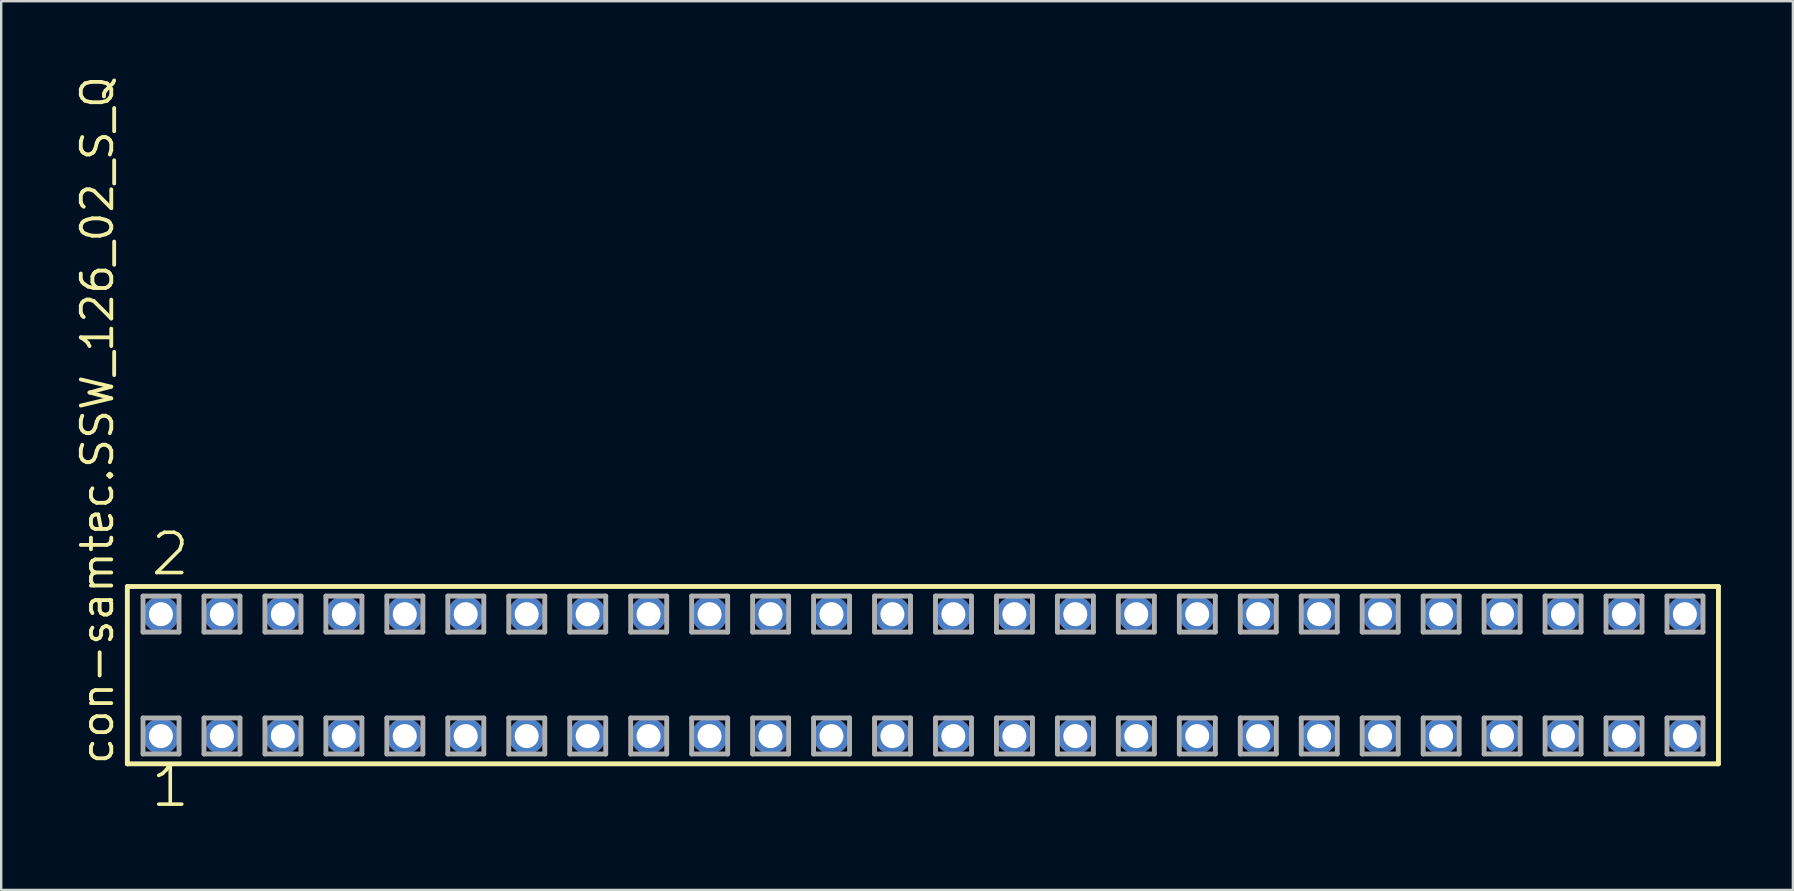
<source format=kicad_pcb>
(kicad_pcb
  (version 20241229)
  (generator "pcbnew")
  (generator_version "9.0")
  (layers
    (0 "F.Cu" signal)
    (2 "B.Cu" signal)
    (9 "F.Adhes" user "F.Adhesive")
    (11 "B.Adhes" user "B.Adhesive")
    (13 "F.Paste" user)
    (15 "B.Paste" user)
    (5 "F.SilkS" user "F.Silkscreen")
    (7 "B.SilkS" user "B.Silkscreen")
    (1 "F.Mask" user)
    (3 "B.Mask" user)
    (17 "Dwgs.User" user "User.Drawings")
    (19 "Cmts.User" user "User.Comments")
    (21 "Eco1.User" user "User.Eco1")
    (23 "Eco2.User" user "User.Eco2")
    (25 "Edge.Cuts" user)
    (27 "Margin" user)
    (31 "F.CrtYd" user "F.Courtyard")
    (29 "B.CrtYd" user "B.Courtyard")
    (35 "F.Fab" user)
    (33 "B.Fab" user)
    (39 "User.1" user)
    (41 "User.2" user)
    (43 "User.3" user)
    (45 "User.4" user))
  (footprint "con-samtec.SSW_126_02_S_Q"
    (layer "F.Cu")
    (at 35.405 25.082)
    (property "Reference" "con-samtec.SSW_126_02_S_Q" (at -33.655 3.81 90) (layer "F.SilkS") (effects (font (size 1.27 1.27) (thickness 0.16)) (justify left bottom)))
    (attr through_hole)
    (fp_line (start -33.149 -3.695) (end 33.149 -3.695) (stroke (width 0.203) (type default)) (layer "F.SilkS"))
    (fp_line (start -33.149 3.695) (end -33.149 -3.695) (stroke (width 0.203) (type default)) (layer "F.SilkS"))
    (fp_line (start 33.149 -3.695) (end 33.149 3.695) (stroke (width 0.203) (type default)) (layer "F.SilkS"))
    (fp_line (start 33.149 3.695) (end -33.149 3.695) (stroke (width 0.203) (type default)) (layer "F.SilkS"))
    (fp_line (start -32.495 -3.295) (end -30.995 -3.295) (stroke (width 0.203) (type default)) (layer "F.Fab"))
    (fp_line (start -32.495 -1.795) (end -32.495 -3.295) (stroke (width 0.203) (type default)) (layer "F.Fab"))
    (fp_line (start -32.495 1.785) (end -30.995 1.785) (stroke (width 0.203) (type default)) (layer "F.Fab"))
    (fp_line (start -32.495 3.285) (end -32.495 1.785) (stroke (width 0.203) (type default)) (layer "F.Fab"))
    (fp_line (start -30.995 -3.295) (end -30.995 -1.795) (stroke (width 0.203) (type default)) (layer "F.Fab"))
    (fp_line (start -30.995 -1.795) (end -32.495 -1.795) (stroke (width 0.203) (type default)) (layer "F.Fab"))
    (fp_line (start -30.995 1.785) (end -30.995 3.285) (stroke (width 0.203) (type default)) (layer "F.Fab"))
    (fp_line (start -30.995 3.285) (end -32.495 3.285) (stroke (width 0.203) (type default)) (layer "F.Fab"))
    (fp_line (start -29.955 -3.295) (end -28.455 -3.295) (stroke (width 0.203) (type default)) (layer "F.Fab"))
    (fp_line (start -29.955 -1.795) (end -29.955 -3.295) (stroke (width 0.203) (type default)) (layer "F.Fab"))
    (fp_line (start -29.955 1.785) (end -28.455 1.785) (stroke (width 0.203) (type default)) (layer "F.Fab"))
    (fp_line (start -29.955 3.285) (end -29.955 1.785) (stroke (width 0.203) (type default)) (layer "F.Fab"))
    (fp_line (start -28.455 -3.295) (end -28.455 -1.795) (stroke (width 0.203) (type default)) (layer "F.Fab"))
    (fp_line (start -28.455 -1.795) (end -29.955 -1.795) (stroke (width 0.203) (type default)) (layer "F.Fab"))
    (fp_line (start -28.455 1.785) (end -28.455 3.285) (stroke (width 0.203) (type default)) (layer "F.Fab"))
    (fp_line (start -28.455 3.285) (end -29.955 3.285) (stroke (width 0.203) (type default)) (layer "F.Fab"))
    (fp_line (start -27.415 -3.295) (end -25.915 -3.295) (stroke (width 0.203) (type default)) (layer "F.Fab"))
    (fp_line (start -27.415 -1.795) (end -27.415 -3.295) (stroke (width 0.203) (type default)) (layer "F.Fab"))
    (fp_line (start -27.415 1.785) (end -25.915 1.785) (stroke (width 0.203) (type default)) (layer "F.Fab"))
    (fp_line (start -27.415 3.285) (end -27.415 1.785) (stroke (width 0.203) (type default)) (layer "F.Fab"))
    (fp_line (start -25.915 -3.295) (end -25.915 -1.795) (stroke (width 0.203) (type default)) (layer "F.Fab"))
    (fp_line (start -25.915 -1.795) (end -27.415 -1.795) (stroke (width 0.203) (type default)) (layer "F.Fab"))
    (fp_line (start -25.915 1.785) (end -25.915 3.285) (stroke (width 0.203) (type default)) (layer "F.Fab"))
    (fp_line (start -25.915 3.285) (end -27.415 3.285) (stroke (width 0.203) (type default)) (layer "F.Fab"))
    (fp_line (start -24.875 -3.295) (end -23.375 -3.295) (stroke (width 0.203) (type default)) (layer "F.Fab"))
    (fp_line (start -24.875 -1.795) (end -24.875 -3.295) (stroke (width 0.203) (type default)) (layer "F.Fab"))
    (fp_line (start -24.875 1.785) (end -23.375 1.785) (stroke (width 0.203) (type default)) (layer "F.Fab"))
    (fp_line (start -24.875 3.285) (end -24.875 1.785) (stroke (width 0.203) (type default)) (layer "F.Fab"))
    (fp_line (start -23.375 -3.295) (end -23.375 -1.795) (stroke (width 0.203) (type default)) (layer "F.Fab"))
    (fp_line (start -23.375 -1.795) (end -24.875 -1.795) (stroke (width 0.203) (type default)) (layer "F.Fab"))
    (fp_line (start -23.375 1.785) (end -23.375 3.285) (stroke (width 0.203) (type default)) (layer "F.Fab"))
    (fp_line (start -23.375 3.285) (end -24.875 3.285) (stroke (width 0.203) (type default)) (layer "F.Fab"))
    (fp_line (start -22.335 -3.295) (end -20.835 -3.295) (stroke (width 0.203) (type default)) (layer "F.Fab"))
    (fp_line (start -22.335 -1.795) (end -22.335 -3.295) (stroke (width 0.203) (type default)) (layer "F.Fab"))
    (fp_line (start -22.335 1.785) (end -20.835 1.785) (stroke (width 0.203) (type default)) (layer "F.Fab"))
    (fp_line (start -22.335 3.285) (end -22.335 1.785) (stroke (width 0.203) (type default)) (layer "F.Fab"))
    (fp_line (start -20.835 -3.295) (end -20.835 -1.795) (stroke (width 0.203) (type default)) (layer "F.Fab"))
    (fp_line (start -20.835 -1.795) (end -22.335 -1.795) (stroke (width 0.203) (type default)) (layer "F.Fab"))
    (fp_line (start -20.835 1.785) (end -20.835 3.285) (stroke (width 0.203) (type default)) (layer "F.Fab"))
    (fp_line (start -20.835 3.285) (end -22.335 3.285) (stroke (width 0.203) (type default)) (layer "F.Fab"))
    (fp_line (start -19.795 -3.295) (end -18.295 -3.295) (stroke (width 0.203) (type default)) (layer "F.Fab"))
    (fp_line (start -19.795 -1.795) (end -19.795 -3.295) (stroke (width 0.203) (type default)) (layer "F.Fab"))
    (fp_line (start -19.795 1.785) (end -18.295 1.785) (stroke (width 0.203) (type default)) (layer "F.Fab"))
    (fp_line (start -19.795 3.285) (end -19.795 1.785) (stroke (width 0.203) (type default)) (layer "F.Fab"))
    (fp_line (start -18.295 -3.295) (end -18.295 -1.795) (stroke (width 0.203) (type default)) (layer "F.Fab"))
    (fp_line (start -18.295 -1.795) (end -19.795 -1.795) (stroke (width 0.203) (type default)) (layer "F.Fab"))
    (fp_line (start -18.295 1.785) (end -18.295 3.285) (stroke (width 0.203) (type default)) (layer "F.Fab"))
    (fp_line (start -18.295 3.285) (end -19.795 3.285) (stroke (width 0.203) (type default)) (layer "F.Fab"))
    (fp_line (start -17.255 -3.295) (end -15.755 -3.295) (stroke (width 0.203) (type default)) (layer "F.Fab"))
    (fp_line (start -17.255 -1.795) (end -17.255 -3.295) (stroke (width 0.203) (type default)) (layer "F.Fab"))
    (fp_line (start -17.255 1.785) (end -15.755 1.785) (stroke (width 0.203) (type default)) (layer "F.Fab"))
    (fp_line (start -17.255 3.285) (end -17.255 1.785) (stroke (width 0.203) (type default)) (layer "F.Fab"))
    (fp_line (start -15.755 -3.295) (end -15.755 -1.795) (stroke (width 0.203) (type default)) (layer "F.Fab"))
    (fp_line (start -15.755 -1.795) (end -17.255 -1.795) (stroke (width 0.203) (type default)) (layer "F.Fab"))
    (fp_line (start -15.755 1.785) (end -15.755 3.285) (stroke (width 0.203) (type default)) (layer "F.Fab"))
    (fp_line (start -15.755 3.285) (end -17.255 3.285) (stroke (width 0.203) (type default)) (layer "F.Fab"))
    (fp_line (start -14.715 -3.295) (end -13.215 -3.295) (stroke (width 0.203) (type default)) (layer "F.Fab"))
    (fp_line (start -14.715 -1.795) (end -14.715 -3.295) (stroke (width 0.203) (type default)) (layer "F.Fab"))
    (fp_line (start -14.715 1.785) (end -13.215 1.785) (stroke (width 0.203) (type default)) (layer "F.Fab"))
    (fp_line (start -14.715 3.285) (end -14.715 1.785) (stroke (width 0.203) (type default)) (layer "F.Fab"))
    (fp_line (start -13.215 -3.295) (end -13.215 -1.795) (stroke (width 0.203) (type default)) (layer "F.Fab"))
    (fp_line (start -13.215 -1.795) (end -14.715 -1.795) (stroke (width 0.203) (type default)) (layer "F.Fab"))
    (fp_line (start -13.215 1.785) (end -13.215 3.285) (stroke (width 0.203) (type default)) (layer "F.Fab"))
    (fp_line (start -13.215 3.285) (end -14.715 3.285) (stroke (width 0.203) (type default)) (layer "F.Fab"))
    (fp_line (start -12.175 -3.295) (end -10.675 -3.295) (stroke (width 0.203) (type default)) (layer "F.Fab"))
    (fp_line (start -12.175 -1.795) (end -12.175 -3.295) (stroke (width 0.203) (type default)) (layer "F.Fab"))
    (fp_line (start -12.175 1.785) (end -10.675 1.785) (stroke (width 0.203) (type default)) (layer "F.Fab"))
    (fp_line (start -12.175 3.285) (end -12.175 1.785) (stroke (width 0.203) (type default)) (layer "F.Fab"))
    (fp_line (start -10.675 -3.295) (end -10.675 -1.795) (stroke (width 0.203) (type default)) (layer "F.Fab"))
    (fp_line (start -10.675 -1.795) (end -12.175 -1.795) (stroke (width 0.203) (type default)) (layer "F.Fab"))
    (fp_line (start -10.675 1.785) (end -10.675 3.285) (stroke (width 0.203) (type default)) (layer "F.Fab"))
    (fp_line (start -10.675 3.285) (end -12.175 3.285) (stroke (width 0.203) (type default)) (layer "F.Fab"))
    (fp_line (start -9.635 -3.295) (end -8.135 -3.295) (stroke (width 0.203) (type default)) (layer "F.Fab"))
    (fp_line (start -9.635 -1.795) (end -9.635 -3.295) (stroke (width 0.203) (type default)) (layer "F.Fab"))
    (fp_line (start -9.635 1.785) (end -8.135 1.785) (stroke (width 0.203) (type default)) (layer "F.Fab"))
    (fp_line (start -9.635 3.285) (end -9.635 1.785) (stroke (width 0.203) (type default)) (layer "F.Fab"))
    (fp_line (start -8.135 -3.295) (end -8.135 -1.795) (stroke (width 0.203) (type default)) (layer "F.Fab"))
    (fp_line (start -8.135 -1.795) (end -9.635 -1.795) (stroke (width 0.203) (type default)) (layer "F.Fab"))
    (fp_line (start -8.135 1.785) (end -8.135 3.285) (stroke (width 0.203) (type default)) (layer "F.Fab"))
    (fp_line (start -8.135 3.285) (end -9.635 3.285) (stroke (width 0.203) (type default)) (layer "F.Fab"))
    (fp_line (start -7.095 -3.295) (end -5.595 -3.295) (stroke (width 0.203) (type default)) (layer "F.Fab"))
    (fp_line (start -7.095 -1.795) (end -7.095 -3.295) (stroke (width 0.203) (type default)) (layer "F.Fab"))
    (fp_line (start -7.095 1.785) (end -5.595 1.785) (stroke (width 0.203) (type default)) (layer "F.Fab"))
    (fp_line (start -7.095 3.285) (end -7.095 1.785) (stroke (width 0.203) (type default)) (layer "F.Fab"))
    (fp_line (start -5.595 -3.295) (end -5.595 -1.795) (stroke (width 0.203) (type default)) (layer "F.Fab"))
    (fp_line (start -5.595 -1.795) (end -7.095 -1.795) (stroke (width 0.203) (type default)) (layer "F.Fab"))
    (fp_line (start -5.595 1.785) (end -5.595 3.285) (stroke (width 0.203) (type default)) (layer "F.Fab"))
    (fp_line (start -5.595 3.285) (end -7.095 3.285) (stroke (width 0.203) (type default)) (layer "F.Fab"))
    (fp_line (start -4.555 -3.295) (end -3.055 -3.295) (stroke (width 0.203) (type default)) (layer "F.Fab"))
    (fp_line (start -4.555 -1.795) (end -4.555 -3.295) (stroke (width 0.203) (type default)) (layer "F.Fab"))
    (fp_line (start -4.555 1.785) (end -3.055 1.785) (stroke (width 0.203) (type default)) (layer "F.Fab"))
    (fp_line (start -4.555 3.285) (end -4.555 1.785) (stroke (width 0.203) (type default)) (layer "F.Fab"))
    (fp_line (start -3.055 -3.295) (end -3.055 -1.795) (stroke (width 0.203) (type default)) (layer "F.Fab"))
    (fp_line (start -3.055 -1.795) (end -4.555 -1.795) (stroke (width 0.203) (type default)) (layer "F.Fab"))
    (fp_line (start -3.055 1.785) (end -3.055 3.285) (stroke (width 0.203) (type default)) (layer "F.Fab"))
    (fp_line (start -3.055 3.285) (end -4.555 3.285) (stroke (width 0.203) (type default)) (layer "F.Fab"))
    (fp_line (start -2.015 -3.295) (end -0.515 -3.295) (stroke (width 0.203) (type default)) (layer "F.Fab"))
    (fp_line (start -2.015 -1.795) (end -2.015 -3.295) (stroke (width 0.203) (type default)) (layer "F.Fab"))
    (fp_line (start -2.015 1.785) (end -0.515 1.785) (stroke (width 0.203) (type default)) (layer "F.Fab"))
    (fp_line (start -2.015 3.285) (end -2.015 1.785) (stroke (width 0.203) (type default)) (layer "F.Fab"))
    (fp_line (start -0.515 -3.295) (end -0.515 -1.795) (stroke (width 0.203) (type default)) (layer "F.Fab"))
    (fp_line (start -0.515 -1.795) (end -2.015 -1.795) (stroke (width 0.203) (type default)) (layer "F.Fab"))
    (fp_line (start -0.515 1.785) (end -0.515 3.285) (stroke (width 0.203) (type default)) (layer "F.Fab"))
    (fp_line (start -0.515 3.285) (end -2.015 3.285) (stroke (width 0.203) (type default)) (layer "F.Fab"))
    (fp_line (start 0.525 -3.295) (end 2.025 -3.295) (stroke (width 0.203) (type default)) (layer "F.Fab"))
    (fp_line (start 0.525 -1.795) (end 0.525 -3.295) (stroke (width 0.203) (type default)) (layer "F.Fab"))
    (fp_line (start 0.525 1.785) (end 2.025 1.785) (stroke (width 0.203) (type default)) (layer "F.Fab"))
    (fp_line (start 0.525 3.285) (end 0.525 1.785) (stroke (width 0.203) (type default)) (layer "F.Fab"))
    (fp_line (start 2.025 -3.295) (end 2.025 -1.795) (stroke (width 0.203) (type default)) (layer "F.Fab"))
    (fp_line (start 2.025 -1.795) (end 0.525 -1.795) (stroke (width 0.203) (type default)) (layer "F.Fab"))
    (fp_line (start 2.025 1.785) (end 2.025 3.285) (stroke (width 0.203) (type default)) (layer "F.Fab"))
    (fp_line (start 2.025 3.285) (end 0.525 3.285) (stroke (width 0.203) (type default)) (layer "F.Fab"))
    (fp_line (start 3.065 -3.295) (end 4.565 -3.295) (stroke (width 0.203) (type default)) (layer "F.Fab"))
    (fp_line (start 3.065 -1.795) (end 3.065 -3.295) (stroke (width 0.203) (type default)) (layer "F.Fab"))
    (fp_line (start 3.065 1.785) (end 4.565 1.785) (stroke (width 0.203) (type default)) (layer "F.Fab"))
    (fp_line (start 3.065 3.285) (end 3.065 1.785) (stroke (width 0.203) (type default)) (layer "F.Fab"))
    (fp_line (start 4.565 -3.295) (end 4.565 -1.795) (stroke (width 0.203) (type default)) (layer "F.Fab"))
    (fp_line (start 4.565 -1.795) (end 3.065 -1.795) (stroke (width 0.203) (type default)) (layer "F.Fab"))
    (fp_line (start 4.565 1.785) (end 4.565 3.285) (stroke (width 0.203) (type default)) (layer "F.Fab"))
    (fp_line (start 4.565 3.285) (end 3.065 3.285) (stroke (width 0.203) (type default)) (layer "F.Fab"))
    (fp_line (start 5.605 -3.295) (end 7.105 -3.295) (stroke (width 0.203) (type default)) (layer "F.Fab"))
    (fp_line (start 5.605 -1.795) (end 5.605 -3.295) (stroke (width 0.203) (type default)) (layer "F.Fab"))
    (fp_line (start 5.605 1.785) (end 7.105 1.785) (stroke (width 0.203) (type default)) (layer "F.Fab"))
    (fp_line (start 5.605 3.285) (end 5.605 1.785) (stroke (width 0.203) (type default)) (layer "F.Fab"))
    (fp_line (start 7.105 -3.295) (end 7.105 -1.795) (stroke (width 0.203) (type default)) (layer "F.Fab"))
    (fp_line (start 7.105 -1.795) (end 5.605 -1.795) (stroke (width 0.203) (type default)) (layer "F.Fab"))
    (fp_line (start 7.105 1.785) (end 7.105 3.285) (stroke (width 0.203) (type default)) (layer "F.Fab"))
    (fp_line (start 7.105 3.285) (end 5.605 3.285) (stroke (width 0.203) (type default)) (layer "F.Fab"))
    (fp_line (start 8.145 -3.295) (end 9.645 -3.295) (stroke (width 0.203) (type default)) (layer "F.Fab"))
    (fp_line (start 8.145 -1.795) (end 8.145 -3.295) (stroke (width 0.203) (type default)) (layer "F.Fab"))
    (fp_line (start 8.145 1.785) (end 9.645 1.785) (stroke (width 0.203) (type default)) (layer "F.Fab"))
    (fp_line (start 8.145 3.285) (end 8.145 1.785) (stroke (width 0.203) (type default)) (layer "F.Fab"))
    (fp_line (start 9.645 -3.295) (end 9.645 -1.795) (stroke (width 0.203) (type default)) (layer "F.Fab"))
    (fp_line (start 9.645 -1.795) (end 8.145 -1.795) (stroke (width 0.203) (type default)) (layer "F.Fab"))
    (fp_line (start 9.645 1.785) (end 9.645 3.285) (stroke (width 0.203) (type default)) (layer "F.Fab"))
    (fp_line (start 9.645 3.285) (end 8.145 3.285) (stroke (width 0.203) (type default)) (layer "F.Fab"))
    (fp_line (start 10.685 -3.295) (end 12.185 -3.295) (stroke (width 0.203) (type default)) (layer "F.Fab"))
    (fp_line (start 10.685 -1.795) (end 10.685 -3.295) (stroke (width 0.203) (type default)) (layer "F.Fab"))
    (fp_line (start 10.685 1.785) (end 12.185 1.785) (stroke (width 0.203) (type default)) (layer "F.Fab"))
    (fp_line (start 10.685 3.285) (end 10.685 1.785) (stroke (width 0.203) (type default)) (layer "F.Fab"))
    (fp_line (start 12.185 -3.295) (end 12.185 -1.795) (stroke (width 0.203) (type default)) (layer "F.Fab"))
    (fp_line (start 12.185 -1.795) (end 10.685 -1.795) (stroke (width 0.203) (type default)) (layer "F.Fab"))
    (fp_line (start 12.185 1.785) (end 12.185 3.285) (stroke (width 0.203) (type default)) (layer "F.Fab"))
    (fp_line (start 12.185 3.285) (end 10.685 3.285) (stroke (width 0.203) (type default)) (layer "F.Fab"))
    (fp_line (start 13.225 -3.295) (end 14.725 -3.295) (stroke (width 0.203) (type default)) (layer "F.Fab"))
    (fp_line (start 13.225 -1.795) (end 13.225 -3.295) (stroke (width 0.203) (type default)) (layer "F.Fab"))
    (fp_line (start 13.225 1.785) (end 14.725 1.785) (stroke (width 0.203) (type default)) (layer "F.Fab"))
    (fp_line (start 13.225 3.285) (end 13.225 1.785) (stroke (width 0.203) (type default)) (layer "F.Fab"))
    (fp_line (start 14.725 -3.295) (end 14.725 -1.795) (stroke (width 0.203) (type default)) (layer "F.Fab"))
    (fp_line (start 14.725 -1.795) (end 13.225 -1.795) (stroke (width 0.203) (type default)) (layer "F.Fab"))
    (fp_line (start 14.725 1.785) (end 14.725 3.285) (stroke (width 0.203) (type default)) (layer "F.Fab"))
    (fp_line (start 14.725 3.285) (end 13.225 3.285) (stroke (width 0.203) (type default)) (layer "F.Fab"))
    (fp_line (start 15.765 -3.295) (end 17.265 -3.295) (stroke (width 0.203) (type default)) (layer "F.Fab"))
    (fp_line (start 15.765 -1.795) (end 15.765 -3.295) (stroke (width 0.203) (type default)) (layer "F.Fab"))
    (fp_line (start 15.765 1.785) (end 17.265 1.785) (stroke (width 0.203) (type default)) (layer "F.Fab"))
    (fp_line (start 15.765 3.285) (end 15.765 1.785) (stroke (width 0.203) (type default)) (layer "F.Fab"))
    (fp_line (start 17.265 -3.295) (end 17.265 -1.795) (stroke (width 0.203) (type default)) (layer "F.Fab"))
    (fp_line (start 17.265 -1.795) (end 15.765 -1.795) (stroke (width 0.203) (type default)) (layer "F.Fab"))
    (fp_line (start 17.265 1.785) (end 17.265 3.285) (stroke (width 0.203) (type default)) (layer "F.Fab"))
    (fp_line (start 17.265 3.285) (end 15.765 3.285) (stroke (width 0.203) (type default)) (layer "F.Fab"))
    (fp_line (start 18.305 -3.295) (end 19.805 -3.295) (stroke (width 0.203) (type default)) (layer "F.Fab"))
    (fp_line (start 18.305 -1.795) (end 18.305 -3.295) (stroke (width 0.203) (type default)) (layer "F.Fab"))
    (fp_line (start 18.305 1.785) (end 19.805 1.785) (stroke (width 0.203) (type default)) (layer "F.Fab"))
    (fp_line (start 18.305 3.285) (end 18.305 1.785) (stroke (width 0.203) (type default)) (layer "F.Fab"))
    (fp_line (start 19.805 -3.295) (end 19.805 -1.795) (stroke (width 0.203) (type default)) (layer "F.Fab"))
    (fp_line (start 19.805 -1.795) (end 18.305 -1.795) (stroke (width 0.203) (type default)) (layer "F.Fab"))
    (fp_line (start 19.805 1.785) (end 19.805 3.285) (stroke (width 0.203) (type default)) (layer "F.Fab"))
    (fp_line (start 19.805 3.285) (end 18.305 3.285) (stroke (width 0.203) (type default)) (layer "F.Fab"))
    (fp_line (start 20.845 -3.295) (end 22.345 -3.295) (stroke (width 0.203) (type default)) (layer "F.Fab"))
    (fp_line (start 20.845 -1.795) (end 20.845 -3.295) (stroke (width 0.203) (type default)) (layer "F.Fab"))
    (fp_line (start 20.845 1.785) (end 22.345 1.785) (stroke (width 0.203) (type default)) (layer "F.Fab"))
    (fp_line (start 20.845 3.285) (end 20.845 1.785) (stroke (width 0.203) (type default)) (layer "F.Fab"))
    (fp_line (start 22.345 -3.295) (end 22.345 -1.795) (stroke (width 0.203) (type default)) (layer "F.Fab"))
    (fp_line (start 22.345 -1.795) (end 20.845 -1.795) (stroke (width 0.203) (type default)) (layer "F.Fab"))
    (fp_line (start 22.345 1.785) (end 22.345 3.285) (stroke (width 0.203) (type default)) (layer "F.Fab"))
    (fp_line (start 22.345 3.285) (end 20.845 3.285) (stroke (width 0.203) (type default)) (layer "F.Fab"))
    (fp_line (start 23.385 -3.295) (end 24.885 -3.295) (stroke (width 0.203) (type default)) (layer "F.Fab"))
    (fp_line (start 23.385 -1.795) (end 23.385 -3.295) (stroke (width 0.203) (type default)) (layer "F.Fab"))
    (fp_line (start 23.385 1.785) (end 24.885 1.785) (stroke (width 0.203) (type default)) (layer "F.Fab"))
    (fp_line (start 23.385 3.285) (end 23.385 1.785) (stroke (width 0.203) (type default)) (layer "F.Fab"))
    (fp_line (start 24.885 -3.295) (end 24.885 -1.795) (stroke (width 0.203) (type default)) (layer "F.Fab"))
    (fp_line (start 24.885 -1.795) (end 23.385 -1.795) (stroke (width 0.203) (type default)) (layer "F.Fab"))
    (fp_line (start 24.885 1.785) (end 24.885 3.285) (stroke (width 0.203) (type default)) (layer "F.Fab"))
    (fp_line (start 24.885 3.285) (end 23.385 3.285) (stroke (width 0.203) (type default)) (layer "F.Fab"))
    (fp_line (start 25.925 -3.295) (end 27.425 -3.295) (stroke (width 0.203) (type default)) (layer "F.Fab"))
    (fp_line (start 25.925 -1.795) (end 25.925 -3.295) (stroke (width 0.203) (type default)) (layer "F.Fab"))
    (fp_line (start 25.925 1.785) (end 27.425 1.785) (stroke (width 0.203) (type default)) (layer "F.Fab"))
    (fp_line (start 25.925 3.285) (end 25.925 1.785) (stroke (width 0.203) (type default)) (layer "F.Fab"))
    (fp_line (start 27.425 -3.295) (end 27.425 -1.795) (stroke (width 0.203) (type default)) (layer "F.Fab"))
    (fp_line (start 27.425 -1.795) (end 25.925 -1.795) (stroke (width 0.203) (type default)) (layer "F.Fab"))
    (fp_line (start 27.425 1.785) (end 27.425 3.285) (stroke (width 0.203) (type default)) (layer "F.Fab"))
    (fp_line (start 27.425 3.285) (end 25.925 3.285) (stroke (width 0.203) (type default)) (layer "F.Fab"))
    (fp_line (start 28.465 -3.295) (end 29.965 -3.295) (stroke (width 0.203) (type default)) (layer "F.Fab"))
    (fp_line (start 28.465 -1.795) (end 28.465 -3.295) (stroke (width 0.203) (type default)) (layer "F.Fab"))
    (fp_line (start 28.465 1.785) (end 29.965 1.785) (stroke (width 0.203) (type default)) (layer "F.Fab"))
    (fp_line (start 28.465 3.285) (end 28.465 1.785) (stroke (width 0.203) (type default)) (layer "F.Fab"))
    (fp_line (start 29.965 -3.295) (end 29.965 -1.795) (stroke (width 0.203) (type default)) (layer "F.Fab"))
    (fp_line (start 29.965 -1.795) (end 28.465 -1.795) (stroke (width 0.203) (type default)) (layer "F.Fab"))
    (fp_line (start 29.965 1.785) (end 29.965 3.285) (stroke (width 0.203) (type default)) (layer "F.Fab"))
    (fp_line (start 29.965 3.285) (end 28.465 3.285) (stroke (width 0.203) (type default)) (layer "F.Fab"))
    (fp_line (start 31.005 -3.295) (end 32.505 -3.295) (stroke (width 0.203) (type default)) (layer "F.Fab"))
    (fp_line (start 31.005 -1.795) (end 31.005 -3.295) (stroke (width 0.203) (type default)) (layer "F.Fab"))
    (fp_line (start 31.005 1.785) (end 32.505 1.785) (stroke (width 0.203) (type default)) (layer "F.Fab"))
    (fp_line (start 31.005 3.285) (end 31.005 1.785) (stroke (width 0.203) (type default)) (layer "F.Fab"))
    (fp_line (start 32.505 -3.295) (end 32.505 -1.795) (stroke (width 0.203) (type default)) (layer "F.Fab"))
    (fp_line (start 32.505 -1.795) (end 31.005 -1.795) (stroke (width 0.203) (type default)) (layer "F.Fab"))
    (fp_line (start 32.505 1.785) (end 32.505 3.285) (stroke (width 0.203) (type default)) (layer "F.Fab"))
    (fp_line (start 32.505 3.285) (end 31.005 3.285) (stroke (width 0.203) (type default)) (layer "F.Fab"))
    (fp_text user "1" (at -32.258 5.588 0) (layer "F.SilkS") (effects (font (size 1.676 1.676) (thickness 0.15)) (justify left bottom)))
    (fp_text user "2" (at -32.258 -4.064 0) (layer "F.SilkS") (effects (font (size 1.676 1.676) (thickness 0.15)) (justify left bottom)))
    (pad "1" thru_hole circle (at -31.75 2.54) (size 1.5 1.5) (drill 1) (layers "*.Cu" "*.Mask"))
    (pad "2" thru_hole circle (at -31.75 -2.54) (size 1.5 1.5) (drill 1) (layers "*.Cu" "*.Mask"))
    (pad "3" thru_hole circle (at -29.21 2.54) (size 1.5 1.5) (drill 1) (layers "*.Cu" "*.Mask"))
    (pad "4" thru_hole circle (at -29.21 -2.54) (size 1.5 1.5) (drill 1) (layers "*.Cu" "*.Mask"))
    (pad "5" thru_hole circle (at -26.67 2.54) (size 1.5 1.5) (drill 1) (layers "*.Cu" "*.Mask"))
    (pad "6" thru_hole circle (at -26.67 -2.54) (size 1.5 1.5) (drill 1) (layers "*.Cu" "*.Mask"))
    (pad "7" thru_hole circle (at -24.13 2.54) (size 1.5 1.5) (drill 1) (layers "*.Cu" "*.Mask"))
    (pad "8" thru_hole circle (at -24.13 -2.54) (size 1.5 1.5) (drill 1) (layers "*.Cu" "*.Mask"))
    (pad "9" thru_hole circle (at -21.59 2.54) (size 1.5 1.5) (drill 1) (layers "*.Cu" "*.Mask"))
    (pad "10" thru_hole circle (at -21.59 -2.54) (size 1.5 1.5) (drill 1) (layers "*.Cu" "*.Mask"))
    (pad "11" thru_hole circle (at -19.05 2.54) (size 1.5 1.5) (drill 1) (layers "*.Cu" "*.Mask"))
    (pad "12" thru_hole circle (at -19.05 -2.54) (size 1.5 1.5) (drill 1) (layers "*.Cu" "*.Mask"))
    (pad "13" thru_hole circle (at -16.51 2.54) (size 1.5 1.5) (drill 1) (layers "*.Cu" "*.Mask"))
    (pad "14" thru_hole circle (at -16.51 -2.54) (size 1.5 1.5) (drill 1) (layers "*.Cu" "*.Mask"))
    (pad "15" thru_hole circle (at -13.97 2.54) (size 1.5 1.5) (drill 1) (layers "*.Cu" "*.Mask"))
    (pad "16" thru_hole circle (at -13.97 -2.54) (size 1.5 1.5) (drill 1) (layers "*.Cu" "*.Mask"))
    (pad "17" thru_hole circle (at -11.43 2.54) (size 1.5 1.5) (drill 1) (layers "*.Cu" "*.Mask"))
    (pad "18" thru_hole circle (at -11.43 -2.54) (size 1.5 1.5) (drill 1) (layers "*.Cu" "*.Mask"))
    (pad "19" thru_hole circle (at -8.89 2.54) (size 1.5 1.5) (drill 1) (layers "*.Cu" "*.Mask"))
    (pad "20" thru_hole circle (at -8.89 -2.54) (size 1.5 1.5) (drill 1) (layers "*.Cu" "*.Mask"))
    (pad "21" thru_hole circle (at -6.35 2.54) (size 1.5 1.5) (drill 1) (layers "*.Cu" "*.Mask"))
    (pad "22" thru_hole circle (at -6.35 -2.54) (size 1.5 1.5) (drill 1) (layers "*.Cu" "*.Mask"))
    (pad "23" thru_hole circle (at -3.81 2.54) (size 1.5 1.5) (drill 1) (layers "*.Cu" "*.Mask"))
    (pad "24" thru_hole circle (at -3.81 -2.54) (size 1.5 1.5) (drill 1) (layers "*.Cu" "*.Mask"))
    (pad "25" thru_hole circle (at -1.27 2.54) (size 1.5 1.5) (drill 1) (layers "*.Cu" "*.Mask"))
    (pad "26" thru_hole circle (at -1.27 -2.54) (size 1.5 1.5) (drill 1) (layers "*.Cu" "*.Mask"))
    (pad "27" thru_hole circle (at 1.27 2.54) (size 1.5 1.5) (drill 1) (layers "*.Cu" "*.Mask"))
    (pad "28" thru_hole circle (at 1.27 -2.54) (size 1.5 1.5) (drill 1) (layers "*.Cu" "*.Mask"))
    (pad "29" thru_hole circle (at 3.81 2.54) (size 1.5 1.5) (drill 1) (layers "*.Cu" "*.Mask"))
    (pad "30" thru_hole circle (at 3.81 -2.54) (size 1.5 1.5) (drill 1) (layers "*.Cu" "*.Mask"))
    (pad "31" thru_hole circle (at 6.35 2.54) (size 1.5 1.5) (drill 1) (layers "*.Cu" "*.Mask"))
    (pad "32" thru_hole circle (at 6.35 -2.54) (size 1.5 1.5) (drill 1) (layers "*.Cu" "*.Mask"))
    (pad "33" thru_hole circle (at 8.89 2.54) (size 1.5 1.5) (drill 1) (layers "*.Cu" "*.Mask"))
    (pad "34" thru_hole circle (at 8.89 -2.54) (size 1.5 1.5) (drill 1) (layers "*.Cu" "*.Mask"))
    (pad "35" thru_hole circle (at 11.43 2.54) (size 1.5 1.5) (drill 1) (layers "*.Cu" "*.Mask"))
    (pad "36" thru_hole circle (at 11.43 -2.54) (size 1.5 1.5) (drill 1) (layers "*.Cu" "*.Mask"))
    (pad "37" thru_hole circle (at 13.97 2.54) (size 1.5 1.5) (drill 1) (layers "*.Cu" "*.Mask"))
    (pad "38" thru_hole circle (at 13.97 -2.54) (size 1.5 1.5) (drill 1) (layers "*.Cu" "*.Mask"))
    (pad "39" thru_hole circle (at 16.51 2.54) (size 1.5 1.5) (drill 1) (layers "*.Cu" "*.Mask"))
    (pad "40" thru_hole circle (at 16.51 -2.54) (size 1.5 1.5) (drill 1) (layers "*.Cu" "*.Mask"))
    (pad "41" thru_hole circle (at 19.05 2.54) (size 1.5 1.5) (drill 1) (layers "*.Cu" "*.Mask"))
    (pad "42" thru_hole circle (at 19.05 -2.54) (size 1.5 1.5) (drill 1) (layers "*.Cu" "*.Mask"))
    (pad "43" thru_hole circle (at 21.59 2.54) (size 1.5 1.5) (drill 1) (layers "*.Cu" "*.Mask"))
    (pad "44" thru_hole circle (at 21.59 -2.54) (size 1.5 1.5) (drill 1) (layers "*.Cu" "*.Mask"))
    (pad "45" thru_hole circle (at 24.13 2.54) (size 1.5 1.5) (drill 1) (layers "*.Cu" "*.Mask"))
    (pad "46" thru_hole circle (at 24.13 -2.54) (size 1.5 1.5) (drill 1) (layers "*.Cu" "*.Mask"))
    (pad "47" thru_hole circle (at 26.67 2.54) (size 1.5 1.5) (drill 1) (layers "*.Cu" "*.Mask"))
    (pad "48" thru_hole circle (at 26.67 -2.54) (size 1.5 1.5) (drill 1) (layers "*.Cu" "*.Mask"))
    (pad "49" thru_hole circle (at 29.21 2.54) (size 1.5 1.5) (drill 1) (layers "*.Cu" "*.Mask"))
    (pad "50" thru_hole circle (at 29.21 -2.54) (size 1.5 1.5) (drill 1) (layers "*.Cu" "*.Mask"))
    (pad "51" thru_hole circle (at 31.75 2.54) (size 1.5 1.5) (drill 1) (layers "*.Cu" "*.Mask"))
    (pad "52" thru_hole circle (at 31.75 -2.54) (size 1.5 1.5) (drill 1) (layers "*.Cu" "*.Mask")))
  (gr_rect
    (start -3 -3)
    (end 71.656 34.031)
    (stroke (width 0.1) (type default))
    (fill no)
    (layer "Edge.Cuts")))
</source>
